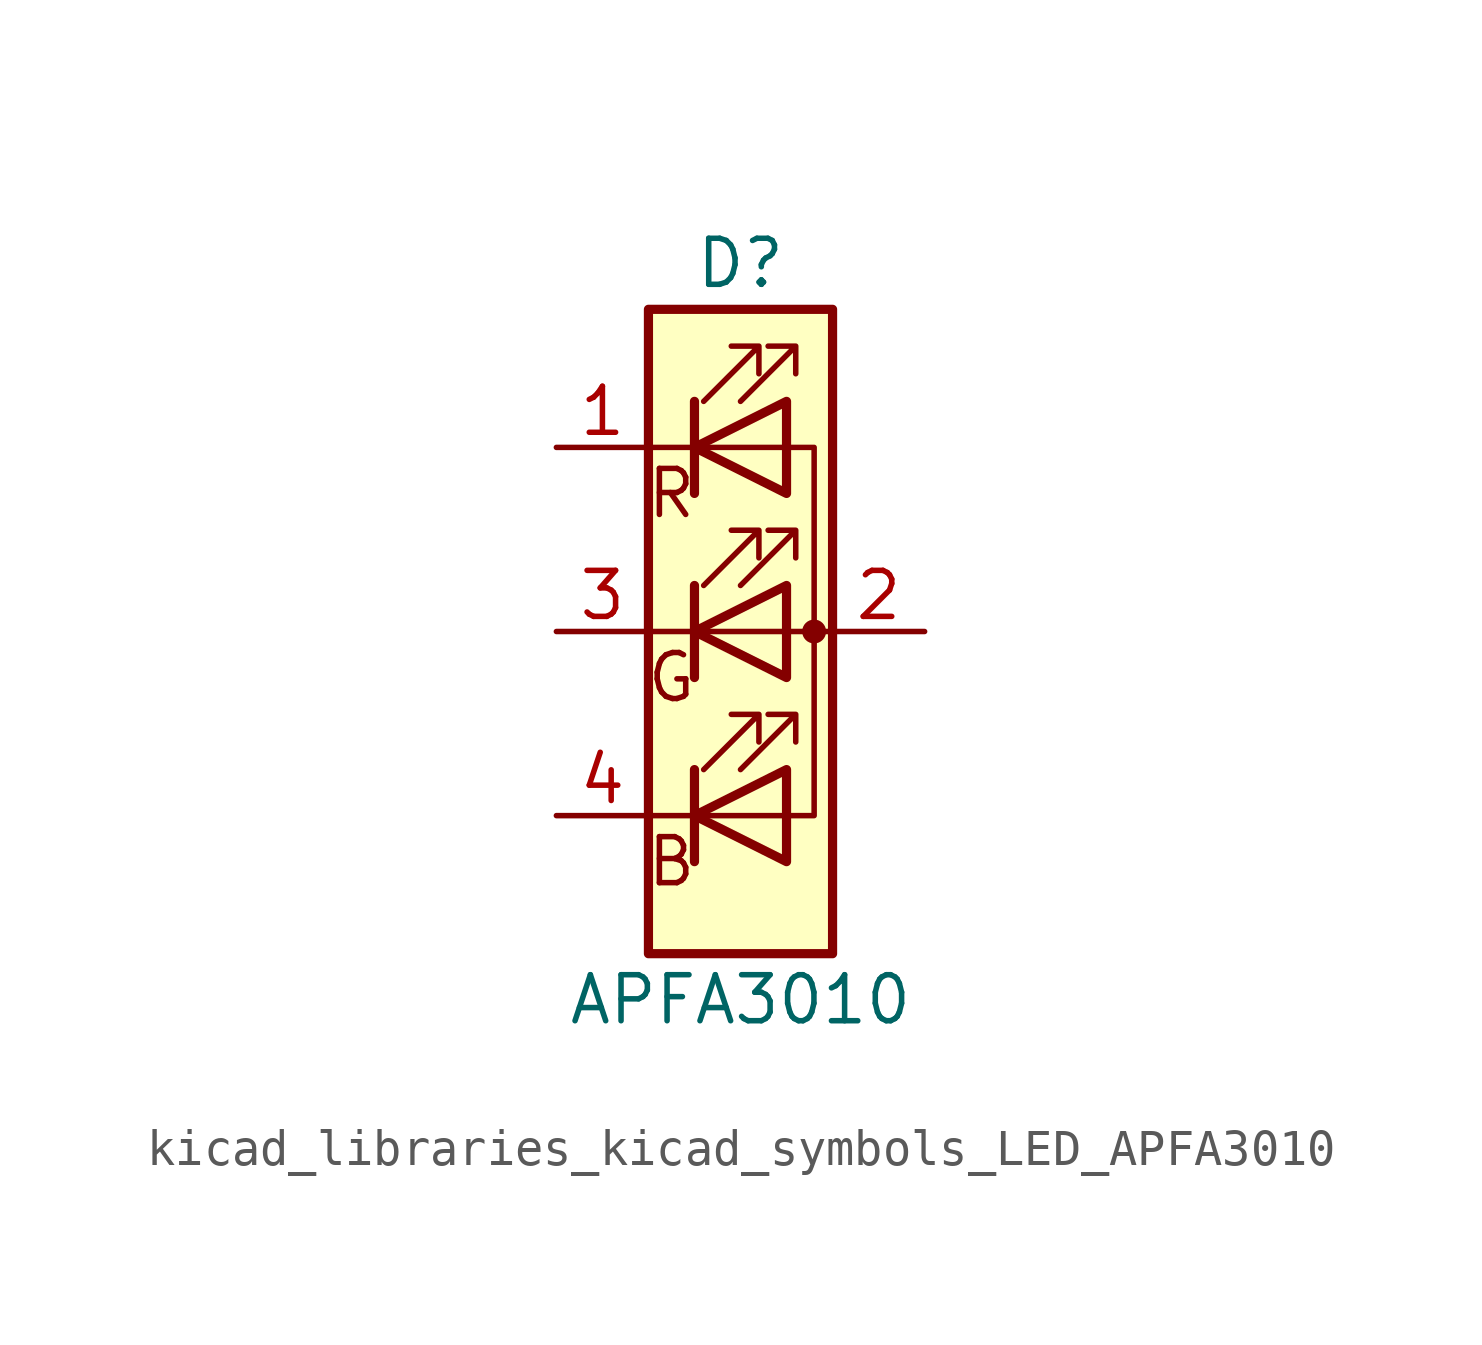
<source format=kicad_sym>
(kicad_symbol_lib
  (version 20220914)
  (generator kicad_symbol_editor)
  (symbol "kicad_libraries_kicad_symbols_LED_APFA3010"
    (pin_names
      (offset 0) hide)
    (property "Reference" "D"
      (at 0 10.16 0)
      (effects (font (size 1.27 1.27))))
    (property "Value" "APFA3010"
      (at 0 -10.16 0)
      (effects (font (size 1.27 1.27))))
    (symbol "kicad_libraries_kicad_symbols_LED_APFA3010_0_0"
      (text "B" (at -1.905 -6.35 0) (effects (font (size 1.27 1.27))))
      (text "G" (at -1.905 -1.27 0) (effects (font (size 1.27 1.27))))
      (text "R" (at -1.905 3.81 0) (effects (font (size 1.27 1.27)))))
    (symbol "kicad_libraries_kicad_symbols_LED_APFA3010_0_1"
      (rectangle (start -2.54 -8.89) (end 2.54 8.89) (stroke (width 0.254) (type default)) (fill (type background)))
      (polyline (pts (xy -2.54 -5.08) (xy 1.27 -5.08)) (stroke (width 0) (type default)) (fill (type none)))
      (polyline (pts (xy -1.27 -3.81) (xy -1.27 -6.35)) (stroke (width 0.254) (type default)) (fill (type none)))
      (polyline (pts (xy -1.27 1.27) (xy -1.27 -1.27)) (stroke (width 0.254) (type default)) (fill (type none)))
      (polyline (pts (xy -1.27 6.35) (xy -1.27 3.81)) (stroke (width 0.254) (type default)) (fill (type none)))
      (polyline (pts (xy 1.27 5.08) (xy -2.54 5.08)) (stroke (width 0) (type default)) (fill (type none)))
      (polyline (pts (xy 2.54 0) (xy -2.54 0)) (stroke (width 0) (type default)) (fill (type none)))
      (polyline (pts (xy 1.27 -5.08) (xy 2.032 -5.08) (xy 2.032 5.08) (xy 1.27 5.08)) (stroke (width 0) (type default)) (fill (type none)))
      (polyline (pts (xy 1.27 -3.81) (xy 1.27 -6.35) (xy -1.27 -5.08) (xy 1.27 -3.81)) (stroke (width 0.254) (type default)) (fill (type none)))
      (polyline (pts (xy 1.27 1.27) (xy 1.27 -1.27) (xy -1.27 0) (xy 1.27 1.27)) (stroke (width 0.254) (type default)) (fill (type none)))
      (polyline (pts (xy 1.27 6.35) (xy 1.27 3.81) (xy -1.27 5.08) (xy 1.27 6.35)) (stroke (width 0.254) (type default)) (fill (type none)))
      (polyline (pts (xy -1.016 -3.81) (xy 0.508 -2.286) (xy -0.254 -2.286) (xy 0.508 -2.286) (xy 0.508 -3.048)) (stroke (width 0) (type default)) (fill (type none)))
      (polyline (pts (xy -1.016 1.27) (xy 0.508 2.794) (xy -0.254 2.794) (xy 0.508 2.794) (xy 0.508 2.032)) (stroke (width 0) (type default)) (fill (type none)))
      (polyline (pts (xy -1.016 6.35) (xy 0.508 7.874) (xy -0.254 7.874) (xy 0.508 7.874) (xy 0.508 7.112)) (stroke (width 0) (type default)) (fill (type none)))
      (polyline (pts (xy 0 -3.81) (xy 1.524 -2.286) (xy 0.762 -2.286) (xy 1.524 -2.286) (xy 1.524 -3.048)) (stroke (width 0) (type default)) (fill (type none)))
      (polyline (pts (xy 0 1.27) (xy 1.524 2.794) (xy 0.762 2.794) (xy 1.524 2.794) (xy 1.524 2.032)) (stroke (width 0) (type default)) (fill (type none)))
      (polyline (pts (xy 0 6.35) (xy 1.524 7.874) (xy 0.762 7.874) (xy 1.524 7.874) (xy 1.524 7.112)) (stroke (width 0) (type default)) (fill (type none)))
      (rectangle (start 1.27 6.35) (end 1.27 6.35) (stroke (width 0) (type default)) (fill (type none)))
      (circle (center 2.032 0) (radius 0.254) (stroke (width 0) (type default)) (fill (type outline))))
    (symbol "kicad_libraries_kicad_symbols_LED_APFA3010_1_1"
      (pin input line (at -5.08 5.08 0) (length 2.54) (name "R" (effects (font (size 1.27 1.27)))) (number "1" (effects (font (size 1.27 1.27)))))
      (pin power_in line (at 5.08 0 180) (length 2.54) (name "A" (effects (font (size 1.27 1.27)))) (number "2" (effects (font (size 1.27 1.27)))))
      (pin input line (at -5.08 0 0) (length 2.54) (name "G" (effects (font (size 1.27 1.27)))) (number "3" (effects (font (size 1.27 1.27)))))
      (pin input line (at -5.08 -5.08 0) (length 2.54) (name "B" (effects (font (size 1.27 1.27)))) (number "4" (effects (font (size 1.27 1.27))))))))
</source>
